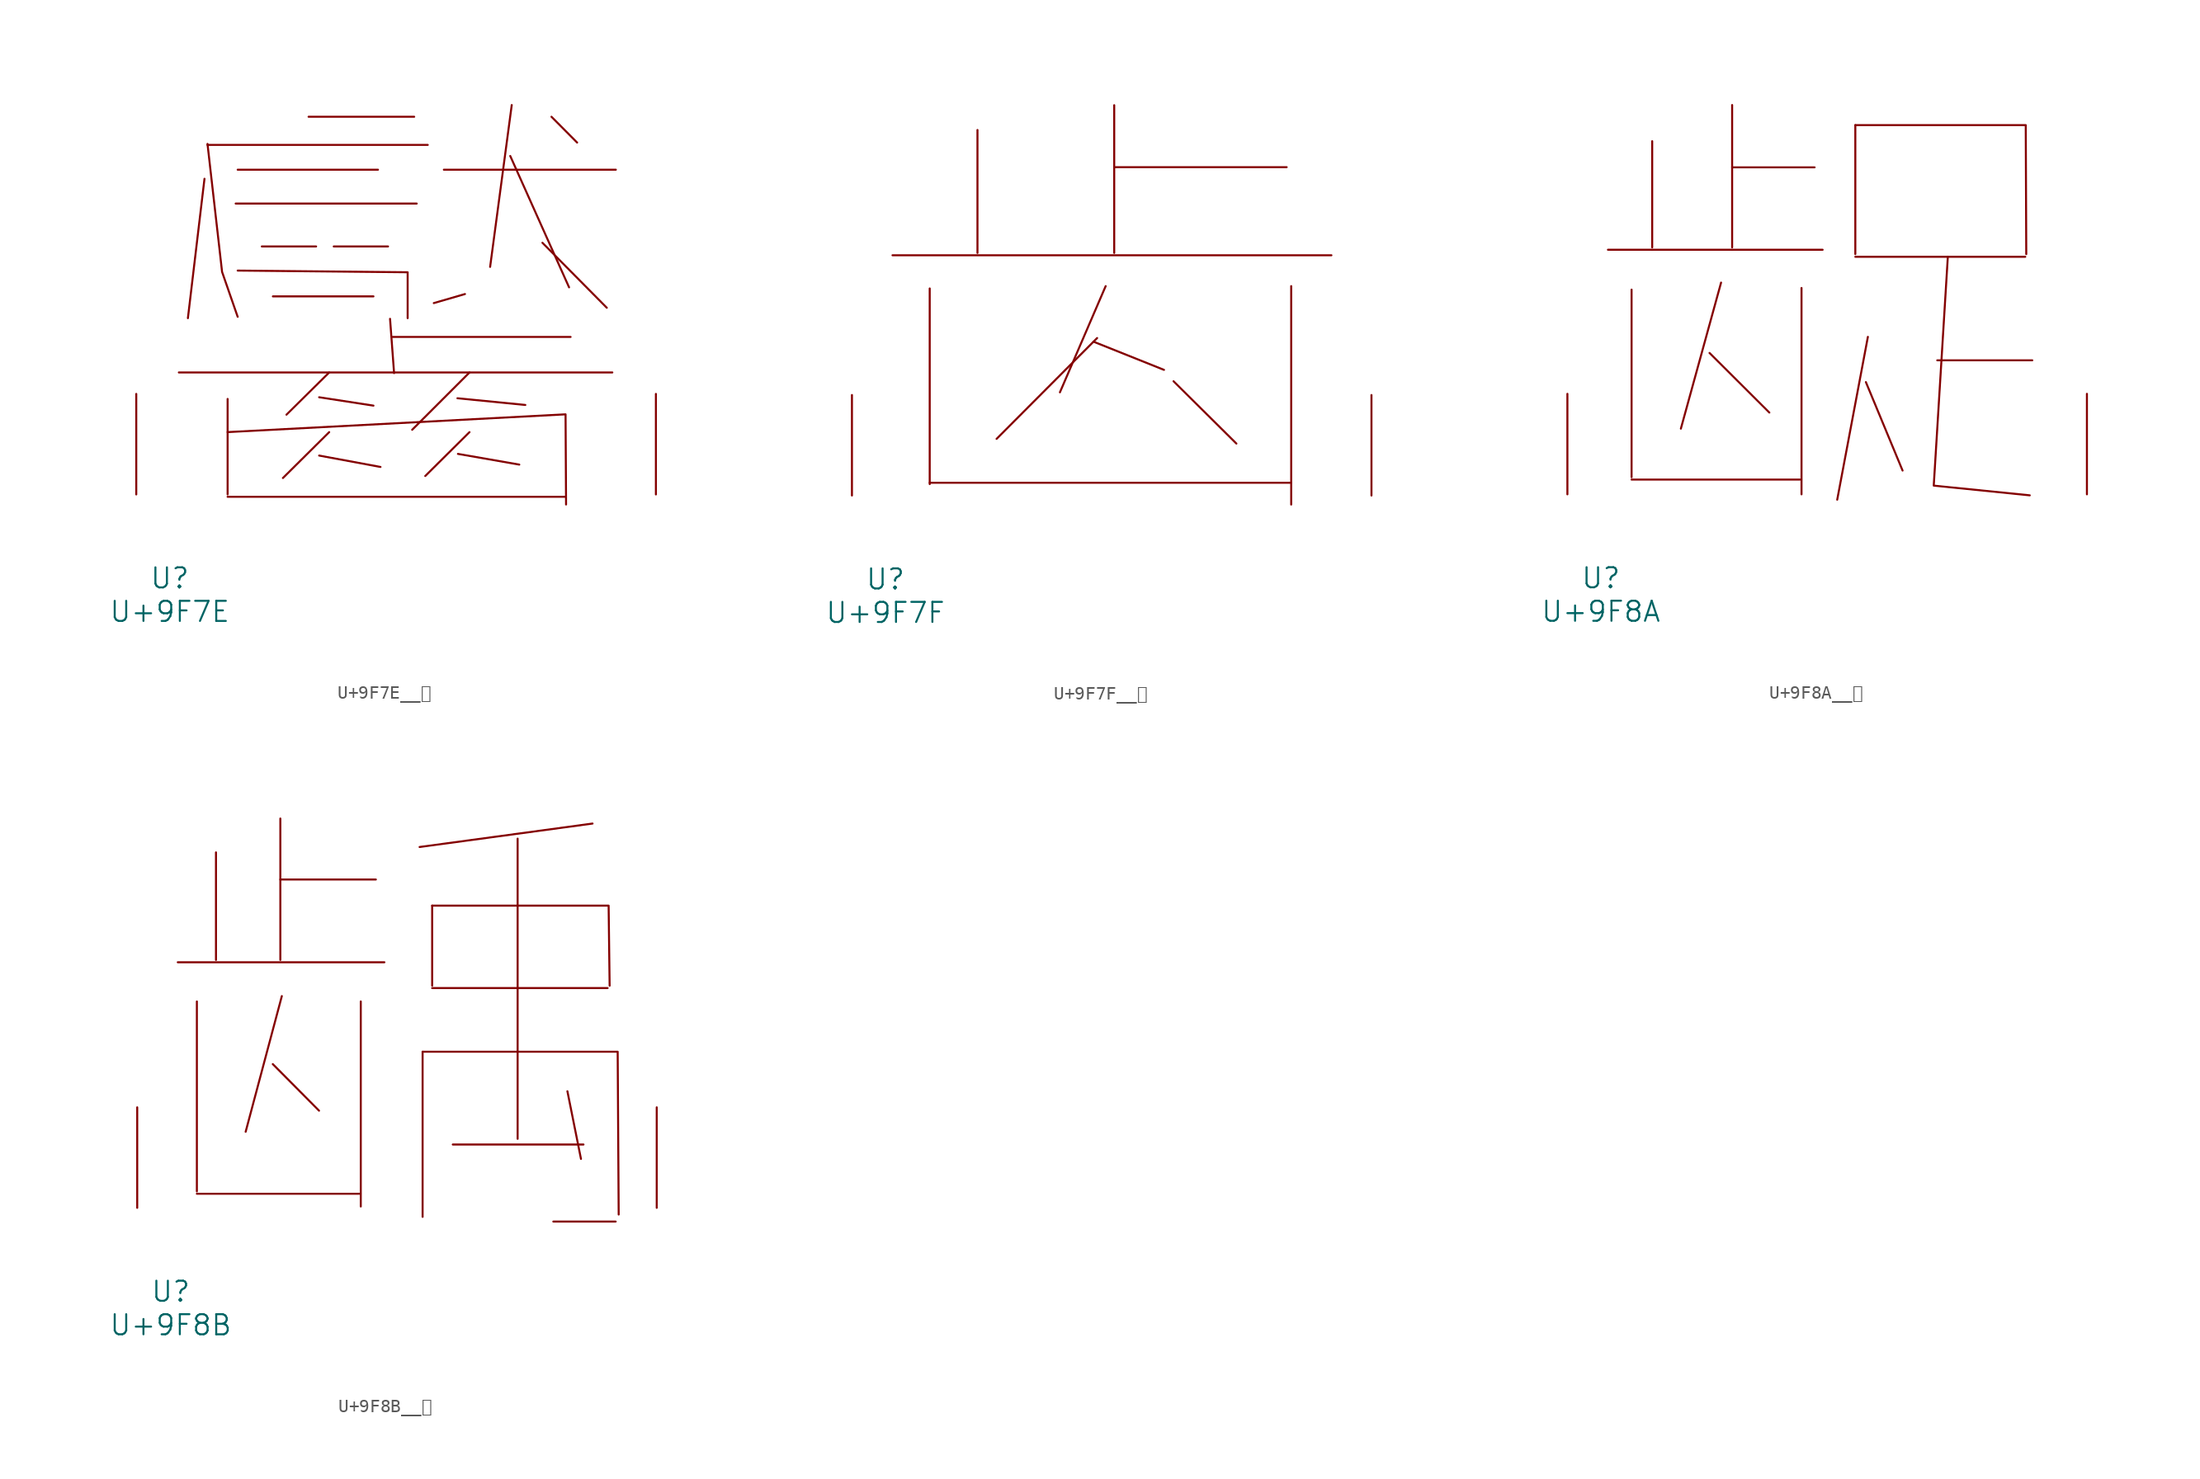
<source format=kicad_sym>
(kicad_symbol_lib
  (version 20231120)
  (generator "kicad_symbol_editor")
  (generator_version "8.0")
  (symbol "U+9F7E__齾"
    (pin_names
      (offset 1.016))
    (property "Reference" "U"
      (at 0 -6.35 0)
      (effects (font (size 1.524 1.524))))
    (property "Value" "U+9F7E"
      (at 0 -8.89 0)
      (effects (font (size 1.524 1.524))))
    (symbol "U+9F7E__齾_0_1"
      (polyline (pts (xy 0.686 9.246) (xy 33.528 9.246)) (stroke (width 0) (type solid)) (fill (type none)))
      (polyline (pts (xy 2.629 23.927) (xy 1.372 13.36)) (stroke (width 0) (type solid)) (fill (type none)))
      (polyline (pts (xy 2.857 26.492) (xy 19.545 26.492)) (stroke (width 0) (type solid)) (fill (type none)))
      (polyline (pts (xy 4.381 -0.178) (xy 29.947 -0.178)) (stroke (width 0) (type solid)) (fill (type none)))
      (polyline (pts (xy 4.381 7.239) (xy 4.381 0)) (stroke (width 0) (type solid)) (fill (type none)))
      (polyline (pts (xy 4.991 22.047) (xy 18.707 22.047)) (stroke (width 0) (type solid)) (fill (type none)))
      (polyline (pts (xy 5.144 24.613) (xy 15.773 24.613)) (stroke (width 0) (type solid)) (fill (type none)))
      (polyline (pts (xy 6.972 18.796) (xy 11.087 18.796)) (stroke (width 0) (type solid)) (fill (type none)))
      (polyline (pts (xy 7.811 15.011) (xy 15.431 15.011)) (stroke (width 0) (type solid)) (fill (type none)))
      (polyline (pts (xy 10.516 28.626) (xy 18.517 28.626)) (stroke (width 0) (type solid)) (fill (type none)))
      (polyline (pts (xy 11.316 2.946) (xy 15.964 2.083)) (stroke (width 0) (type solid)) (fill (type none)))
      (polyline (pts (xy 11.316 7.366) (xy 15.431 6.731)) (stroke (width 0) (type solid)) (fill (type none)))
      (polyline (pts (xy 12.078 4.724) (xy 8.572 1.245)) (stroke (width 0) (type solid)) (fill (type none)))
      (polyline (pts (xy 12.078 9.246) (xy 8.839 6.045)) (stroke (width 0) (type solid)) (fill (type none)))
      (polyline (pts (xy 16.535 18.796) (xy 12.421 18.796)) (stroke (width 0) (type solid)) (fill (type none)))
      (polyline (pts (xy 16.688 13.31) (xy 16.993 9.195)) (stroke (width 0) (type solid)) (fill (type none)))
      (polyline (pts (xy 16.878 11.938) (xy 30.366 11.938)) (stroke (width 0) (type solid)) (fill (type none)))
      (polyline (pts (xy 20.765 24.613) (xy 33.795 24.613)) (stroke (width 0) (type solid)) (fill (type none)))
      (polyline (pts (xy 21.793 7.29) (xy 26.937 6.782)) (stroke (width 0) (type solid)) (fill (type none)))
      (polyline (pts (xy 21.831 3.073) (xy 26.48 2.261)) (stroke (width 0) (type solid)) (fill (type none)))
      (polyline (pts (xy 22.365 15.189) (xy 20.003 14.503)) (stroke (width 0) (type solid)) (fill (type none)))
      (polyline (pts (xy 22.708 4.724) (xy 19.355 1.397)) (stroke (width 0) (type solid)) (fill (type none)))
      (polyline (pts (xy 22.708 9.246) (xy 18.364 4.902)) (stroke (width 0) (type solid)) (fill (type none)))
      (polyline (pts (xy 25.794 25.654) (xy 30.251 15.697)) (stroke (width 0) (type solid)) (fill (type none)))
      (polyline (pts (xy 25.908 29.515) (xy 24.27 17.247)) (stroke (width 0) (type solid)) (fill (type none)))
      (polyline (pts (xy 28.232 19.075) (xy 33.109 14.148)) (stroke (width 0) (type solid)) (fill (type none)))
      (polyline (pts (xy 28.918 28.626) (xy 30.861 26.67)) (stroke (width 0) (type solid)) (fill (type none)))
      (polyline (pts (xy 2.857 26.568) (xy 3.962 16.866) (xy 5.144 13.462)) (stroke (width 0) (type solid)) (fill (type none)))
      (polyline (pts (xy 4.381 4.724) (xy 29.985 6.071) (xy 30.023 -0.762)) (stroke (width 0) (type solid)) (fill (type none)))
      (polyline (pts (xy 5.144 16.967) (xy 18.021 16.84) (xy 18.021 13.36)) (stroke (width 0) (type solid)) (fill (type none)))
      (pin input line (at -2.54 0 90) (length 7.62) (name "~" (effects (font (size 1.27 1.27)))) (number "~" (effects (font (size 1.27 1.27)))))
      (pin input line (at 36.83 0 90) (length 7.62) (name "~" (effects (font (size 1.27 1.27)))) (number "~" (effects (font (size 1.27 1.27)))))))
  (symbol "U+9F7F__齿"
    (pin_names
      (offset 1.016))
    (property "Reference" "U"
      (at 0 -6.35 0)
      (effects (font (size 1.524 1.524))))
    (property "Value" "U+9F7F"
      (at 0 -8.89 0)
      (effects (font (size 1.524 1.524))))
    (symbol "U+9F7F__齿_0_1"
      (polyline (pts (xy 0.533 18.212) (xy 33.795 18.212)) (stroke (width 0) (type solid)) (fill (type none)))
      (polyline (pts (xy 3.353 0.965) (xy 30.709 0.965)) (stroke (width 0) (type solid)) (fill (type none)))
      (polyline (pts (xy 3.353 15.697) (xy 3.353 0.864)) (stroke (width 0) (type solid)) (fill (type none)))
      (polyline (pts (xy 6.972 27.711) (xy 6.972 18.39)) (stroke (width 0) (type solid)) (fill (type none)))
      (polyline (pts (xy 15.773 11.659) (xy 21.107 9.525)) (stroke (width 0) (type solid)) (fill (type none)))
      (polyline (pts (xy 16.04 11.938) (xy 8.42 4.293)) (stroke (width 0) (type solid)) (fill (type none)))
      (polyline (pts (xy 16.688 15.875) (xy 13.221 7.823)) (stroke (width 0) (type solid)) (fill (type none)))
      (polyline (pts (xy 17.335 24.892) (xy 30.404 24.892)) (stroke (width 0) (type solid)) (fill (type none)))
      (polyline (pts (xy 17.335 29.591) (xy 17.335 18.39)) (stroke (width 0) (type solid)) (fill (type none)))
      (polyline (pts (xy 21.831 8.661) (xy 26.594 3.937)) (stroke (width 0) (type solid)) (fill (type none)))
      (polyline (pts (xy 30.747 15.875) (xy 30.747 -0.686)) (stroke (width 0) (type solid)) (fill (type none)))
      (pin input line (at -2.54 0 90) (length 7.62) (name "~" (effects (font (size 1.27 1.27)))) (number "~" (effects (font (size 1.27 1.27)))))
      (pin input line (at 36.83 0 90) (length 7.62) (name "~" (effects (font (size 1.27 1.27)))) (number "~" (effects (font (size 1.27 1.27)))))))
  (symbol "U+9F8A__龊"
    (pin_names
      (offset 1.016))
    (property "Reference" "U"
      (at 0 -6.35 0)
      (effects (font (size 1.524 1.524))))
    (property "Value" "U+9F8A"
      (at 0 -8.89 0)
      (effects (font (size 1.524 1.524))))
    (symbol "U+9F8A__龊_0_1"
      (polyline (pts (xy 0.533 18.542) (xy 16.802 18.542)) (stroke (width 0) (type solid)) (fill (type none)))
      (polyline (pts (xy 2.324 1.118) (xy 15.088 1.118)) (stroke (width 0) (type solid)) (fill (type none)))
      (polyline (pts (xy 2.324 15.519) (xy 2.324 1.295)) (stroke (width 0) (type solid)) (fill (type none)))
      (polyline (pts (xy 3.886 26.772) (xy 3.886 18.72)) (stroke (width 0) (type solid)) (fill (type none)))
      (polyline (pts (xy 8.23 10.719) (xy 12.764 6.198)) (stroke (width 0) (type solid)) (fill (type none)))
      (polyline (pts (xy 9.106 16.053) (xy 6.058 4.978)) (stroke (width 0) (type solid)) (fill (type none)))
      (polyline (pts (xy 9.944 24.79) (xy 16.192 24.79)) (stroke (width 0) (type solid)) (fill (type none)))
      (polyline (pts (xy 9.944 29.515) (xy 9.944 18.72)) (stroke (width 0) (type solid)) (fill (type none)))
      (polyline (pts (xy 15.202 15.646) (xy 15.202 0)) (stroke (width 0) (type solid)) (fill (type none)))
      (polyline (pts (xy 19.279 18.009) (xy 32.156 18.009)) (stroke (width 0) (type solid)) (fill (type none)))
      (polyline (pts (xy 19.279 27.991) (xy 19.279 18.212)) (stroke (width 0) (type solid)) (fill (type none)))
      (polyline (pts (xy 20.079 8.509) (xy 22.86 1.803)) (stroke (width 0) (type solid)) (fill (type none)))
      (polyline (pts (xy 20.231 11.938) (xy 17.907 -0.406)) (stroke (width 0) (type solid)) (fill (type none)))
      (polyline (pts (xy 25.489 10.16) (xy 32.69 10.16)) (stroke (width 0) (type solid)) (fill (type none)))
      (polyline (pts (xy 19.279 27.991) (xy 32.194 27.991) (xy 32.233 18.212)) (stroke (width 0) (type solid)) (fill (type none)))
      (polyline (pts (xy 26.289 18.009) (xy 25.222 0.66) (xy 32.499 -0.076)) (stroke (width 0) (type solid)) (fill (type none)))
      (pin input line (at -2.54 0 90) (length 7.62) (name "~" (effects (font (size 1.27 1.27)))) (number "~" (effects (font (size 1.27 1.27)))))
      (pin input line (at 36.83 0 90) (length 7.62) (name "~" (effects (font (size 1.27 1.27)))) (number "~" (effects (font (size 1.27 1.27)))))))
  (symbol "U+9F8B__龋"
    (pin_names
      (offset 1.016))
    (property "Reference" "U"
      (at 0 -6.35 0)
      (effects (font (size 1.524 1.524))))
    (property "Value" "U+9F8B"
      (at 0 -8.89 0)
      (effects (font (size 1.524 1.524))))
    (symbol "U+9F8B__龋_0_1"
      (polyline (pts (xy 0.533 18.618) (xy 16.192 18.618)) (stroke (width 0) (type solid)) (fill (type none)))
      (polyline (pts (xy 1.981 1.067) (xy 14.287 1.067)) (stroke (width 0) (type solid)) (fill (type none)))
      (polyline (pts (xy 1.981 15.646) (xy 1.981 1.245)) (stroke (width 0) (type solid)) (fill (type none)))
      (polyline (pts (xy 3.429 26.949) (xy 3.429 18.796)) (stroke (width 0) (type solid)) (fill (type none)))
      (polyline (pts (xy 7.734 10.897) (xy 11.239 7.366)) (stroke (width 0) (type solid)) (fill (type none)))
      (polyline (pts (xy 8.306 24.892) (xy 15.545 24.892)) (stroke (width 0) (type solid)) (fill (type none)))
      (polyline (pts (xy 8.306 29.515) (xy 8.306 18.796)) (stroke (width 0) (type solid)) (fill (type none)))
      (polyline (pts (xy 8.42 16.053) (xy 5.677 5.766)) (stroke (width 0) (type solid)) (fill (type none)))
      (polyline (pts (xy 14.402 15.646) (xy 14.402 0.102)) (stroke (width 0) (type solid)) (fill (type none)))
      (polyline (pts (xy 19.088 11.836) (xy 19.088 -0.686)) (stroke (width 0) (type solid)) (fill (type none)))
      (polyline (pts (xy 19.812 16.662) (xy 33.109 16.662)) (stroke (width 0) (type solid)) (fill (type none)))
      (polyline (pts (xy 19.812 22.911) (xy 19.812 16.84)) (stroke (width 0) (type solid)) (fill (type none)))
      (polyline (pts (xy 21.374 4.801) (xy 31.28 4.801)) (stroke (width 0) (type solid)) (fill (type none)))
      (polyline (pts (xy 26.289 27.991) (xy 26.289 5.232)) (stroke (width 0) (type solid)) (fill (type none)))
      (polyline (pts (xy 28.994 -1.041) (xy 33.718 -1.041)) (stroke (width 0) (type solid)) (fill (type none)))
      (polyline (pts (xy 30.061 8.839) (xy 31.09 3.708)) (stroke (width 0) (type solid)) (fill (type none)))
      (polyline (pts (xy 31.966 29.134) (xy 18.86 27.356)) (stroke (width 0) (type solid)) (fill (type none)))
      (polyline (pts (xy 19.088 11.836) (xy 33.871 11.836) (xy 33.947 -0.508)) (stroke (width 0) (type solid)) (fill (type none)))
      (polyline (pts (xy 19.812 22.911) (xy 33.185 22.911) (xy 33.261 16.84)) (stroke (width 0) (type solid)) (fill (type none)))
      (pin input line (at -2.54 0 90) (length 7.62) (name "~" (effects (font (size 1.27 1.27)))) (number "~" (effects (font (size 1.27 1.27)))))
      (pin input line (at 36.83 0 90) (length 7.62) (name "~" (effects (font (size 1.27 1.27)))) (number "~" (effects (font (size 1.27 1.27))))))))
</source>
